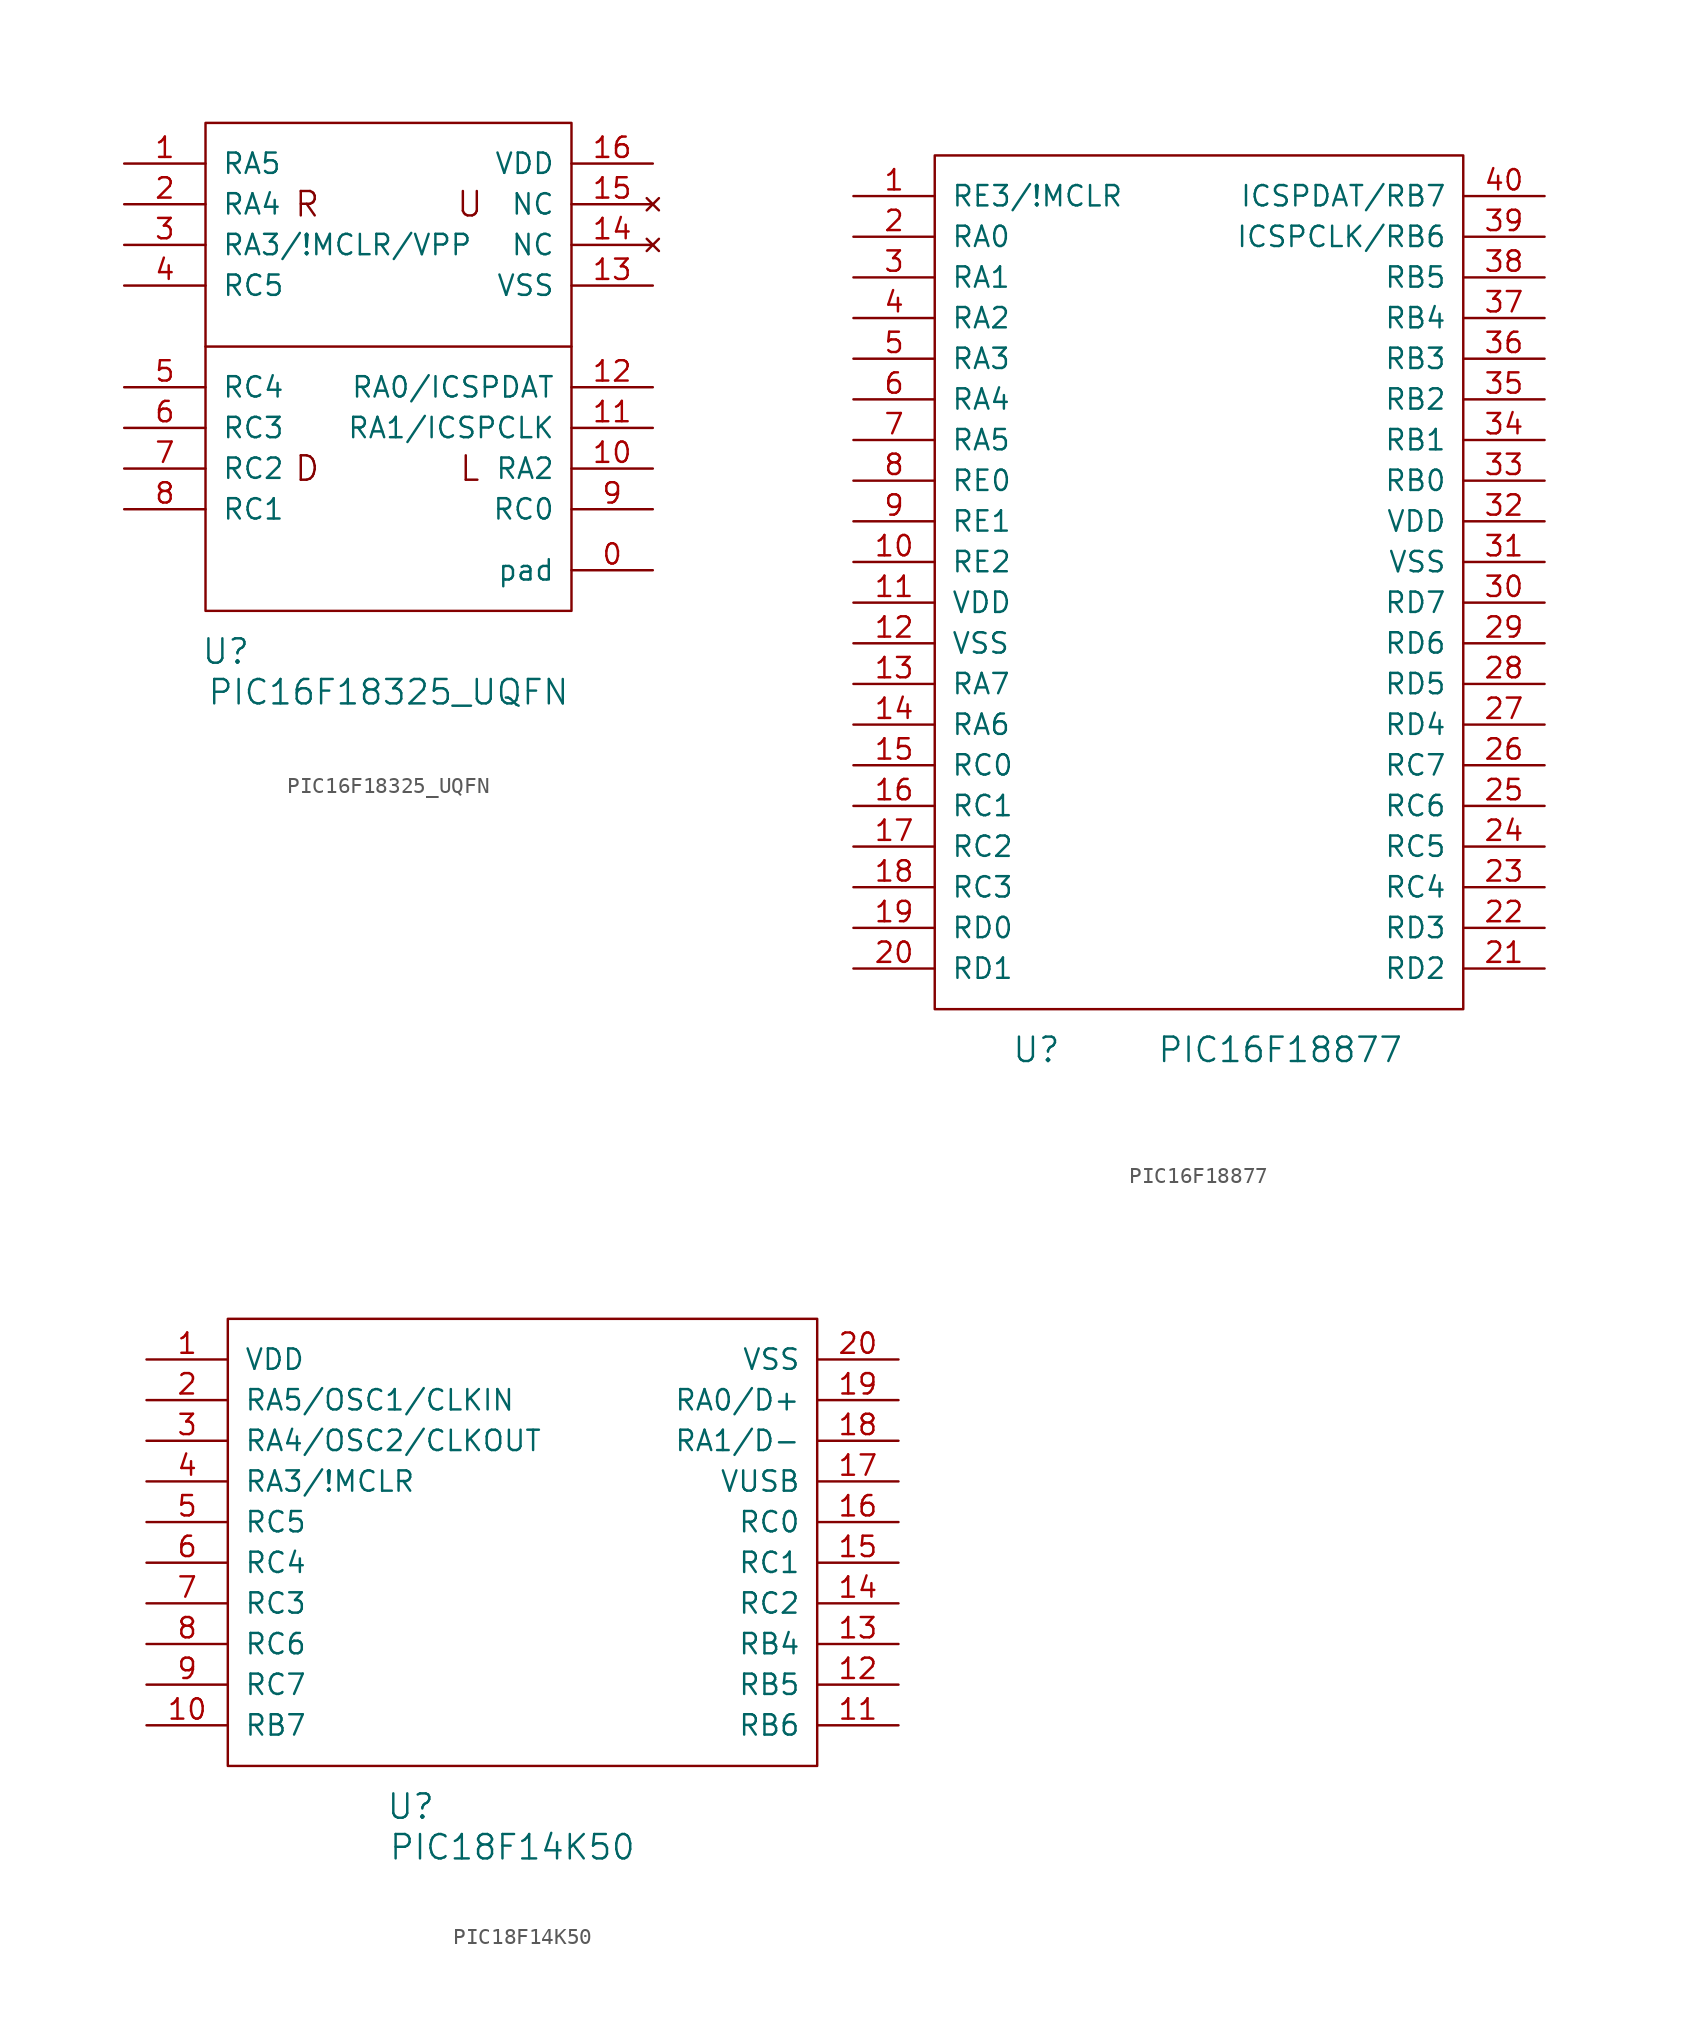
<source format=kicad_sym>
(kicad_symbol_lib
  (version 20220914)
  (generator kicad_symbol_editor)
  (symbol "PIC16F18325_UQFN"
    (pin_names
      (offset 1.016))
    (property "Reference" "U"
      (at -10.16 -19.05 0)
      (effects (font (size 1.524 1.524))))
    (property "Value" "PIC16F18325_UQFN"
      (at 0 -21.59 0)
      (effects (font (size 1.524 1.524))))
    (property "Footprint" ""
      (at -2.54 5.08 0)
      (effects (font (size 1.524 1.524))))
    (property "Datasheet" ""
      (at -2.54 5.08 0)
      (effects (font (size 1.524 1.524))))
    (symbol "PIC16F18325_UQFN_0_0"
      (polyline (pts (xy -11.43 0) (xy 11.43 0)) (stroke (width 0) (type solid)) (fill (type none)))
      (text "D" (at -5.08 -7.62 0) (effects (font (size 1.524 1.524))))
      (text "L" (at 5.08 -7.62 0) (effects (font (size 1.524 1.524))))
      (text "R" (at -5.08 8.89 0) (effects (font (size 1.524 1.524))))
      (text "U" (at 5.08 8.89 0) (effects (font (size 1.524 1.524)))))
    (symbol "PIC16F18325_UQFN_0_1"
      (rectangle (start -11.43 13.97) (end 11.43 -16.51) (stroke (width 0) (type solid)) (fill (type none))))
    (symbol "PIC16F18325_UQFN_1_1"
      (pin power_in line (at 16.51 -13.97 180) (length 5.08) (name "pad" (effects (font (size 1.27 1.27)))) (number "0" (effects (font (size 1.27 1.27)))))
      (pin bidirectional line (at -16.51 11.43 0) (length 5.08) (name "RA5" (effects (font (size 1.27 1.27)))) (number "1" (effects (font (size 1.27 1.27)))))
      (pin bidirectional line (at 16.51 -7.62 180) (length 5.08) (name "RA2" (effects (font (size 1.27 1.27)))) (number "10" (effects (font (size 1.27 1.27)))))
      (pin bidirectional line (at 16.51 -5.08 180) (length 5.08) (name "RA1/ICSPCLK" (effects (font (size 1.27 1.27)))) (number "11" (effects (font (size 1.27 1.27)))))
      (pin bidirectional line (at 16.51 -2.54 180) (length 5.08) (name "RA0/ICSPDAT" (effects (font (size 1.27 1.27)))) (number "12" (effects (font (size 1.27 1.27)))))
      (pin power_in line (at 16.51 3.81 180) (length 5.08) (name "VSS" (effects (font (size 1.27 1.27)))) (number "13" (effects (font (size 1.27 1.27)))))
      (pin no_connect line (at 16.51 6.35 180) (length 5.08) (name "NC" (effects (font (size 1.27 1.27)))) (number "14" (effects (font (size 1.27 1.27)))))
      (pin no_connect line (at 16.51 8.89 180) (length 5.08) (name "NC" (effects (font (size 1.27 1.27)))) (number "15" (effects (font (size 1.27 1.27)))))
      (pin power_in line (at 16.51 11.43 180) (length 5.08) (name "VDD" (effects (font (size 1.27 1.27)))) (number "16" (effects (font (size 1.27 1.27)))))
      (pin bidirectional line (at -16.51 8.89 0) (length 5.08) (name "RA4" (effects (font (size 1.27 1.27)))) (number "2" (effects (font (size 1.27 1.27)))))
      (pin input line (at -16.51 6.35 0) (length 5.08) (name "RA3/!MCLR/VPP" (effects (font (size 1.27 1.27)))) (number "3" (effects (font (size 1.27 1.27)))))
      (pin input line (at -16.51 3.81 0) (length 5.08) (name "RC5" (effects (font (size 1.27 1.27)))) (number "4" (effects (font (size 1.27 1.27)))))
      (pin bidirectional line (at -16.51 -2.54 0) (length 5.08) (name "RC4" (effects (font (size 1.27 1.27)))) (number "5" (effects (font (size 1.27 1.27)))))
      (pin bidirectional line (at -16.51 -5.08 0) (length 5.08) (name "RC3" (effects (font (size 1.27 1.27)))) (number "6" (effects (font (size 1.27 1.27)))))
      (pin bidirectional line (at -16.51 -7.62 0) (length 5.08) (name "RC2" (effects (font (size 1.27 1.27)))) (number "7" (effects (font (size 1.27 1.27)))))
      (pin bidirectional line (at -16.51 -10.16 0) (length 5.08) (name "RC1" (effects (font (size 1.27 1.27)))) (number "8" (effects (font (size 1.27 1.27)))))
      (pin bidirectional line (at 16.51 -10.16 180) (length 5.08) (name "RC0" (effects (font (size 1.27 1.27)))) (number "9" (effects (font (size 1.27 1.27)))))))
  (symbol "PIC16F18877"
    (pin_names
      (offset 1.016))
    (property "Reference" "U"
      (at 11.43 -53.34 0)
      (effects (font (size 1.524 1.524))))
    (property "Value" "PIC16F18877"
      (at 26.67 -53.34 0)
      (effects (font (size 1.524 1.524))))
    (property "Footprint" ""
      (at 5.08 0 0)
      (effects (font (size 1.524 1.524))))
    (property "Datasheet" ""
      (at 5.08 0 0)
      (effects (font (size 1.524 1.524))))
    (symbol "PIC16F18877_0_1"
      (rectangle (start 5.08 2.54) (end 38.1 -50.8) (stroke (width 0) (type solid)) (fill (type none))))
    (symbol "PIC16F18877_1_1"
      (pin input line (at 0 0 0) (length 5.08) (name "RE3/!MCLR" (effects (font (size 1.27 1.27)))) (number "1" (effects (font (size 1.27 1.27)))))
      (pin bidirectional line (at 0 -22.86 0) (length 5.08) (name "RE2" (effects (font (size 1.27 1.27)))) (number "10" (effects (font (size 1.27 1.27)))))
      (pin power_in line (at 0 -25.4 0) (length 5.08) (name "VDD" (effects (font (size 1.27 1.27)))) (number "11" (effects (font (size 1.27 1.27)))))
      (pin power_in line (at 0 -27.94 0) (length 5.08) (name "VSS" (effects (font (size 1.27 1.27)))) (number "12" (effects (font (size 1.27 1.27)))))
      (pin bidirectional line (at 0 -30.48 0) (length 5.08) (name "RA7" (effects (font (size 1.27 1.27)))) (number "13" (effects (font (size 1.27 1.27)))))
      (pin bidirectional line (at 0 -33.02 0) (length 5.08) (name "RA6" (effects (font (size 1.27 1.27)))) (number "14" (effects (font (size 1.27 1.27)))))
      (pin bidirectional line (at 0 -35.56 0) (length 5.08) (name "RC0" (effects (font (size 1.27 1.27)))) (number "15" (effects (font (size 1.27 1.27)))))
      (pin bidirectional line (at 0 -38.1 0) (length 5.08) (name "RC1" (effects (font (size 1.27 1.27)))) (number "16" (effects (font (size 1.27 1.27)))))
      (pin bidirectional line (at 0 -40.64 0) (length 5.08) (name "RC2" (effects (font (size 1.27 1.27)))) (number "17" (effects (font (size 1.27 1.27)))))
      (pin bidirectional line (at 0 -43.18 0) (length 5.08) (name "RC3" (effects (font (size 1.27 1.27)))) (number "18" (effects (font (size 1.27 1.27)))))
      (pin bidirectional line (at 0 -45.72 0) (length 5.08) (name "RD0" (effects (font (size 1.27 1.27)))) (number "19" (effects (font (size 1.27 1.27)))))
      (pin bidirectional line (at 0 -2.54 0) (length 5.08) (name "RA0" (effects (font (size 1.27 1.27)))) (number "2" (effects (font (size 1.27 1.27)))))
      (pin bidirectional line (at 0 -48.26 0) (length 5.08) (name "RD1" (effects (font (size 1.27 1.27)))) (number "20" (effects (font (size 1.27 1.27)))))
      (pin bidirectional line (at 43.18 -48.26 180) (length 5.08) (name "RD2" (effects (font (size 1.27 1.27)))) (number "21" (effects (font (size 1.27 1.27)))))
      (pin bidirectional line (at 43.18 -45.72 180) (length 5.08) (name "RD3" (effects (font (size 1.27 1.27)))) (number "22" (effects (font (size 1.27 1.27)))))
      (pin bidirectional line (at 43.18 -43.18 180) (length 5.08) (name "RC4" (effects (font (size 1.27 1.27)))) (number "23" (effects (font (size 1.27 1.27)))))
      (pin bidirectional line (at 43.18 -40.64 180) (length 5.08) (name "RC5" (effects (font (size 1.27 1.27)))) (number "24" (effects (font (size 1.27 1.27)))))
      (pin bidirectional line (at 43.18 -38.1 180) (length 5.08) (name "RC6" (effects (font (size 1.27 1.27)))) (number "25" (effects (font (size 1.27 1.27)))))
      (pin bidirectional line (at 43.18 -35.56 180) (length 5.08) (name "RC7" (effects (font (size 1.27 1.27)))) (number "26" (effects (font (size 1.27 1.27)))))
      (pin bidirectional line (at 43.18 -33.02 180) (length 5.08) (name "RD4" (effects (font (size 1.27 1.27)))) (number "27" (effects (font (size 1.27 1.27)))))
      (pin bidirectional line (at 43.18 -30.48 180) (length 5.08) (name "RD5" (effects (font (size 1.27 1.27)))) (number "28" (effects (font (size 1.27 1.27)))))
      (pin bidirectional line (at 43.18 -27.94 180) (length 5.08) (name "RD6" (effects (font (size 1.27 1.27)))) (number "29" (effects (font (size 1.27 1.27)))))
      (pin bidirectional line (at 0 -5.08 0) (length 5.08) (name "RA1" (effects (font (size 1.27 1.27)))) (number "3" (effects (font (size 1.27 1.27)))))
      (pin bidirectional line (at 43.18 -25.4 180) (length 5.08) (name "RD7" (effects (font (size 1.27 1.27)))) (number "30" (effects (font (size 1.27 1.27)))))
      (pin power_in line (at 43.18 -22.86 180) (length 5.08) (name "VSS" (effects (font (size 1.27 1.27)))) (number "31" (effects (font (size 1.27 1.27)))))
      (pin power_in line (at 43.18 -20.32 180) (length 5.08) (name "VDD" (effects (font (size 1.27 1.27)))) (number "32" (effects (font (size 1.27 1.27)))))
      (pin bidirectional line (at 43.18 -17.78 180) (length 5.08) (name "RB0" (effects (font (size 1.27 1.27)))) (number "33" (effects (font (size 1.27 1.27)))))
      (pin bidirectional line (at 43.18 -15.24 180) (length 5.08) (name "RB1" (effects (font (size 1.27 1.27)))) (number "34" (effects (font (size 1.27 1.27)))))
      (pin bidirectional line (at 43.18 -12.7 180) (length 5.08) (name "RB2" (effects (font (size 1.27 1.27)))) (number "35" (effects (font (size 1.27 1.27)))))
      (pin bidirectional line (at 43.18 -10.16 180) (length 5.08) (name "RB3" (effects (font (size 1.27 1.27)))) (number "36" (effects (font (size 1.27 1.27)))))
      (pin bidirectional line (at 43.18 -7.62 180) (length 5.08) (name "RB4" (effects (font (size 1.27 1.27)))) (number "37" (effects (font (size 1.27 1.27)))))
      (pin bidirectional line (at 43.18 -5.08 180) (length 5.08) (name "RB5" (effects (font (size 1.27 1.27)))) (number "38" (effects (font (size 1.27 1.27)))))
      (pin bidirectional line (at 43.18 -2.54 180) (length 5.08) (name "ICSPCLK/RB6" (effects (font (size 1.27 1.27)))) (number "39" (effects (font (size 1.27 1.27)))))
      (pin bidirectional line (at 0 -7.62 0) (length 5.08) (name "RA2" (effects (font (size 1.27 1.27)))) (number "4" (effects (font (size 1.27 1.27)))))
      (pin bidirectional line (at 43.18 0 180) (length 5.08) (name "ICSPDAT/RB7" (effects (font (size 1.27 1.27)))) (number "40" (effects (font (size 1.27 1.27)))))
      (pin bidirectional line (at 0 -10.16 0) (length 5.08) (name "RA3" (effects (font (size 1.27 1.27)))) (number "5" (effects (font (size 1.27 1.27)))))
      (pin bidirectional line (at 0 -12.7 0) (length 5.08) (name "RA4" (effects (font (size 1.27 1.27)))) (number "6" (effects (font (size 1.27 1.27)))))
      (pin bidirectional line (at 0 -15.24 0) (length 5.08) (name "RA5" (effects (font (size 1.27 1.27)))) (number "7" (effects (font (size 1.27 1.27)))))
      (pin bidirectional line (at 0 -17.78 0) (length 5.08) (name "RE0" (effects (font (size 1.27 1.27)))) (number "8" (effects (font (size 1.27 1.27)))))
      (pin bidirectional line (at 0 -20.32 0) (length 5.08) (name "RE1" (effects (font (size 1.27 1.27)))) (number "9" (effects (font (size 1.27 1.27)))))))
  (symbol "PIC18F14K50"
    (pin_names
      (offset 1.016))
    (property "Reference" "U"
      (at 16.51 -27.94 0)
      (effects (font (size 1.524 1.524))))
    (property "Value" "PIC18F14K50"
      (at 22.86 -30.48 0)
      (effects (font (size 1.524 1.524))))
    (property "Footprint" ""
      (at 0 -22.86 0)
      (effects (font (size 1.524 1.524))))
    (property "Datasheet" ""
      (at 0 -22.86 0)
      (effects (font (size 1.524 1.524))))
    (symbol "PIC18F14K50_0_1"
      (rectangle (start 5.08 2.54) (end 41.91 -25.4) (stroke (width 0) (type solid)) (fill (type none))))
    (symbol "PIC18F14K50_1_1"
      (pin power_in line (at 0 0 0) (length 5.08) (name "VDD" (effects (font (size 1.27 1.27)))) (number "1" (effects (font (size 1.27 1.27)))))
      (pin bidirectional line (at 0 -22.86 0) (length 5.08) (name "RB7" (effects (font (size 1.27 1.27)))) (number "10" (effects (font (size 1.27 1.27)))))
      (pin bidirectional line (at 46.99 -22.86 180) (length 5.08) (name "RB6" (effects (font (size 1.27 1.27)))) (number "11" (effects (font (size 1.27 1.27)))))
      (pin bidirectional line (at 46.99 -20.32 180) (length 5.08) (name "RB5" (effects (font (size 1.27 1.27)))) (number "12" (effects (font (size 1.27 1.27)))))
      (pin bidirectional line (at 46.99 -17.78 180) (length 5.08) (name "RB4" (effects (font (size 1.27 1.27)))) (number "13" (effects (font (size 1.27 1.27)))))
      (pin bidirectional line (at 46.99 -15.24 180) (length 5.08) (name "RC2" (effects (font (size 1.27 1.27)))) (number "14" (effects (font (size 1.27 1.27)))))
      (pin bidirectional line (at 46.99 -12.7 180) (length 5.08) (name "RC1" (effects (font (size 1.27 1.27)))) (number "15" (effects (font (size 1.27 1.27)))))
      (pin bidirectional line (at 46.99 -10.16 180) (length 5.08) (name "RC0" (effects (font (size 1.27 1.27)))) (number "16" (effects (font (size 1.27 1.27)))))
      (pin output line (at 46.99 -7.62 180) (length 5.08) (name "VUSB" (effects (font (size 1.27 1.27)))) (number "17" (effects (font (size 1.27 1.27)))))
      (pin bidirectional line (at 46.99 -5.08 180) (length 5.08) (name "RA1/D-" (effects (font (size 1.27 1.27)))) (number "18" (effects (font (size 1.27 1.27)))))
      (pin bidirectional line (at 46.99 -2.54 180) (length 5.08) (name "RA0/D+" (effects (font (size 1.27 1.27)))) (number "19" (effects (font (size 1.27 1.27)))))
      (pin bidirectional line (at 0 -2.54 0) (length 5.08) (name "RA5/OSC1/CLKIN" (effects (font (size 1.27 1.27)))) (number "2" (effects (font (size 1.27 1.27)))))
      (pin power_in line (at 46.99 0 180) (length 5.08) (name "VSS" (effects (font (size 1.27 1.27)))) (number "20" (effects (font (size 1.27 1.27)))))
      (pin bidirectional line (at 0 -5.08 0) (length 5.08) (name "RA4/OSC2/CLKOUT" (effects (font (size 1.27 1.27)))) (number "3" (effects (font (size 1.27 1.27)))))
      (pin bidirectional line (at 0 -7.62 0) (length 5.08) (name "RA3/!MCLR" (effects (font (size 1.27 1.27)))) (number "4" (effects (font (size 1.27 1.27)))))
      (pin bidirectional line (at 0 -10.16 0) (length 5.08) (name "RC5" (effects (font (size 1.27 1.27)))) (number "5" (effects (font (size 1.27 1.27)))))
      (pin bidirectional line (at 0 -12.7 0) (length 5.08) (name "RC4" (effects (font (size 1.27 1.27)))) (number "6" (effects (font (size 1.27 1.27)))))
      (pin bidirectional line (at 0 -15.24 0) (length 5.08) (name "RC3" (effects (font (size 1.27 1.27)))) (number "7" (effects (font (size 1.27 1.27)))))
      (pin bidirectional line (at 0 -17.78 0) (length 5.08) (name "RC6" (effects (font (size 1.27 1.27)))) (number "8" (effects (font (size 1.27 1.27)))))
      (pin bidirectional line (at 0 -20.32 0) (length 5.08) (name "RC7" (effects (font (size 1.27 1.27)))) (number "9" (effects (font (size 1.27 1.27))))))))
</source>
